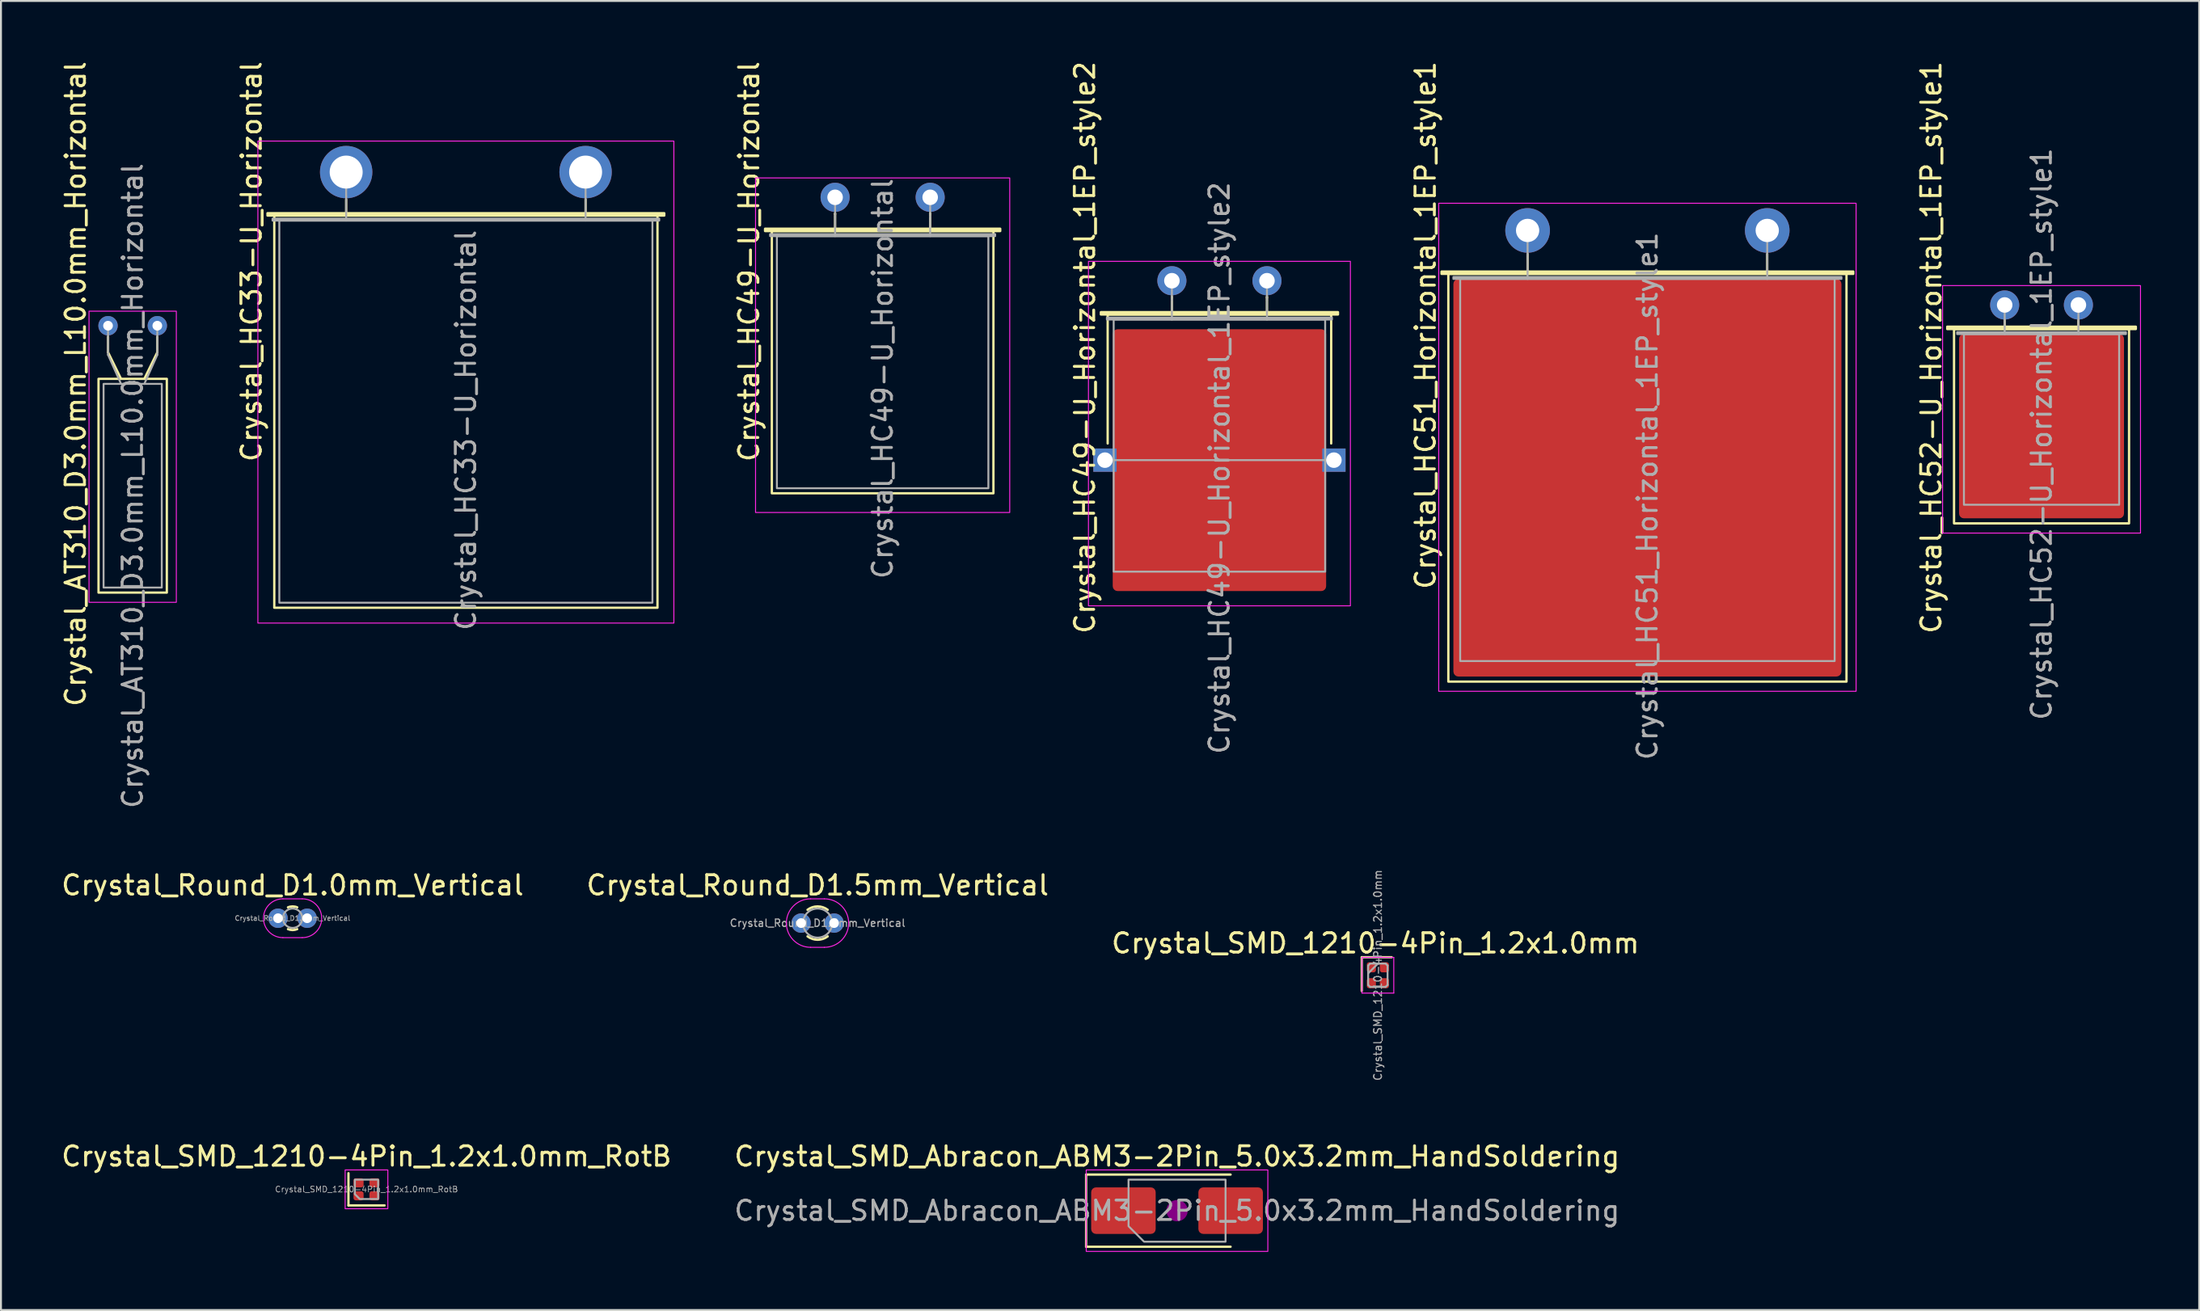
<source format=kicad_pcb>
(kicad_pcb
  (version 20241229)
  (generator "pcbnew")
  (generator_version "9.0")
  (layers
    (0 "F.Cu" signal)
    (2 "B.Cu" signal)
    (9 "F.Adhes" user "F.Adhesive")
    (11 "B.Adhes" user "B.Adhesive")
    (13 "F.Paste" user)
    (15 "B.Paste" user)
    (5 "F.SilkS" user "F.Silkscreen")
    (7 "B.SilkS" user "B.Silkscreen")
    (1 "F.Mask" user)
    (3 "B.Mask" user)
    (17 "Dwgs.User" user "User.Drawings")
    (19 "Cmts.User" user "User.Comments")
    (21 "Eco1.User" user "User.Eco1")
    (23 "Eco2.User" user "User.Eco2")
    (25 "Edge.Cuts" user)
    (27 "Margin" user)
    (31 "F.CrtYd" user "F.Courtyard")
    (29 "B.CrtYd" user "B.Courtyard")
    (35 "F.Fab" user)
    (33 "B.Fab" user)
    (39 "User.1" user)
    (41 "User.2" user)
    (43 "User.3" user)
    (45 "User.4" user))
  (footprint "Crystal_HC49-U_Horizontal"
    (layer "F.Cu")
    (at 39.99 7.122)
    (property "Reference" "Crystal_HC49-U_Horizontal" (at -4.435 3.312 90) (layer "F.SilkS") (effects (font (size 1 1) (thickness 0.15))))
    (attr through_hole)
    (fp_line (start 0 0.87) (end 0 0.81) (stroke (width 0.12) (type solid)) (layer "F.SilkS"))
    (fp_line (start 0 1.74) (end 0 0.87) (stroke (width 0.12) (type solid)) (layer "F.SilkS"))
    (fp_line (start 4.9 0.87) (end 4.9 0.81) (stroke (width 0.12) (type solid)) (layer "F.SilkS"))
    (fp_line (start 4.9 1.74) (end 4.9 0.87) (stroke (width 0.12) (type solid)) (layer "F.SilkS"))
    (fp_rect (start -3.61 1.62) (end 8.51 1.74) (stroke (width 0.12) (type solid)) (fill no) (layer "F.SilkS"))
    (fp_rect (start -3.26 1.74) (end 8.16 15.26) (stroke (width 0.12) (type solid)) (fill no) (layer "F.SilkS"))
    (fp_rect (start -4.1 -1) (end 9 16.25) (stroke (width 0.05) (type solid)) (fill no) (layer "F.CrtYd"))
    (fp_line (start 0 1) (end 0 0) (stroke (width 0.1) (type solid)) (layer "F.Fab"))
    (fp_line (start 0 2) (end 0 1) (stroke (width 0.1) (type solid)) (layer "F.Fab"))
    (fp_line (start 4.9 1) (end 4.9 0) (stroke (width 0.1) (type solid)) (layer "F.Fab"))
    (fp_line (start 4.9 2) (end 4.9 1) (stroke (width 0.1) (type solid)) (layer "F.Fab"))
    (fp_rect (start -3.35 1.9) (end 8.25 2) (stroke (width 0.1) (type solid)) (fill no) (layer "F.Fab"))
    (fp_rect (start -3 2) (end 7.9 15) (stroke (width 0.1) (type solid)) (fill no) (layer "F.Fab"))
    (fp_text user "${REFERENCE}" (at 2.45 9.35 90) (layer "F.Fab") (effects (font (size 1 1) (thickness 0.15))))
    (pad "1" thru_hole circle (at 0 0) (size 1.5 1.5) (drill 0.8) (layers "*.Cu" "*.Mask"))
    (pad "2" thru_hole circle (at 4.9 0) (size 1.5 1.5) (drill 0.8) (layers "*.Cu" "*.Mask")))
  (footprint "Crystal_HC51_Horizontal_1EP_style1"
    (layer "F.Cu")
    (at 75.681 8.83)
    (property "Reference" "Crystal_HC51_Horizontal_1EP_style1" (at -5.26 4.89 90) (layer "F.SilkS") (effects (font (size 1 1) (thickness 0.15))))
    (attr through_hole)
    (fp_line (start 0 2.24) (end 0 1.21) (stroke (width 0.12) (type solid)) (layer "F.SilkS"))
    (fp_line (start 12.35 2.24) (end 12.35 1.21) (stroke (width 0.12) (type solid)) (layer "F.SilkS"))
    (fp_rect (start -4.435 2.12) (end 16.785 2.24) (stroke (width 0.12) (type solid)) (fill no) (layer "F.SilkS"))
    (fp_rect (start -4.085 2.24) (end 16.435 23.26) (stroke (width 0.12) (type solid)) (fill no) (layer "F.SilkS"))
    (fp_rect (start -4.58 -1.4) (end 16.93 23.76) (stroke (width 0.05) (type solid)) (fill no) (layer "F.CrtYd"))
    (fp_line (start 0 1.25) (end 0 0) (stroke (width 0.1) (type solid)) (layer "F.Fab"))
    (fp_line (start 0 2.5) (end 0 1.25) (stroke (width 0.1) (type solid)) (layer "F.Fab"))
    (fp_line (start 12.35 1.25) (end 12.35 0) (stroke (width 0.1) (type solid)) (layer "F.Fab"))
    (fp_line (start 12.35 2.5) (end 12.35 1.25) (stroke (width 0.1) (type solid)) (layer "F.Fab"))
    (fp_rect (start -3.825 2.4) (end 16.175 2.5) (stroke (width 0.1) (type solid)) (fill no) (layer "F.Fab"))
    (fp_rect (start -3.475 2.5) (end 15.825 22.2) (stroke (width 0.1) (type solid)) (fill no) (layer "F.Fab"))
    (fp_text user "${REFERENCE}" (at 6.175 13.696 90) (layer "F.Fab") (effects (font (size 1 1) (thickness 0.15))))
    (pad "1" thru_hole circle (at 0 0) (size 2.3 2.3) (drill 1.2) (layers "*.Cu" "*.Mask"))
    (pad "2" thru_hole circle (at 12.35 0) (size 2.3 2.3) (drill 1.2) (layers "*.Cu" "*.Mask"))
    (pad "3" smd roundrect (at 6.175 12.75) (size 20 20.5) (layers "F.Cu" "F.Mask" "F.Paste") (roundrect_rratio 0.013)))
  (footprint "Crystal_SMD_1210-4Pin_1.2x1.0mm"
    (layer "F.Cu")
    (at 67.964 47.23)
    (property "Reference" "Crystal_SMD_1210-4Pin_1.2x1.0mm" (at -0.125 -1.65 0) (layer "F.SilkS") (effects (font (size 1 1) (thickness 0.15))))
    (attr smd)
    (fp_line (start -0.83 -0.93) (end -0.83 0.81) (stroke (width 0.12) (type solid)) (layer "F.SilkS"))
    (fp_line (start 0.71 -0.93) (end -0.83 -0.93) (stroke (width 0.12) (type solid)) (layer "F.SilkS"))
    (fp_line (start -0.82 -0.92) (end -0.82 0.92) (stroke (width 0.05) (type solid)) (layer "F.CrtYd"))
    (fp_line (start -0.82 0.92) (end 0.82 0.92) (stroke (width 0.05) (type solid)) (layer "F.CrtYd"))
    (fp_line (start 0.82 -0.92) (end -0.82 -0.92) (stroke (width 0.05) (type solid)) (layer "F.CrtYd"))
    (fp_line (start 0.82 0.92) (end 0.82 -0.92) (stroke (width 0.05) (type solid)) (layer "F.CrtYd"))
    (fp_line (start -0.5 -0.5) (end -0.4 -0.6) (stroke (width 0.1) (type solid)) (layer "F.Fab"))
    (fp_line (start -0.5 0.5) (end -0.5 -0.5) (stroke (width 0.1) (type solid)) (layer "F.Fab"))
    (fp_line (start -0.4 -0.6) (end 0.4 -0.6) (stroke (width 0.1) (type solid)) (layer "F.Fab"))
    (fp_line (start -0.4 0.6) (end -0.5 0.5) (stroke (width 0.1) (type solid)) (layer "F.Fab"))
    (fp_line (start 0 -0.6) (end -0.5 -0.1) (stroke (width 0.1) (type solid)) (layer "F.Fab"))
    (fp_line (start 0.4 -0.6) (end 0.5 -0.5) (stroke (width 0.1) (type solid)) (layer "F.Fab"))
    (fp_line (start 0.4 0.6) (end -0.4 0.6) (stroke (width 0.1) (type solid)) (layer "F.Fab"))
    (fp_line (start 0.5 -0.5) (end 0.5 0.5) (stroke (width 0.1) (type solid)) (layer "F.Fab"))
    (fp_line (start 0.5 0.5) (end 0.4 0.6) (stroke (width 0.1) (type solid)) (layer "F.Fab"))
    (fp_text user "${REFERENCE}" (at 0 0 90) (layer "F.Fab") (effects (font (size 0.4 0.4) (thickness 0.06))))
    (pad "1" smd roundrect (at -0.335 -0.41 270) (size 0.52 0.47) (layers "F.Cu" "F.Mask" "F.Paste") (roundrect_rratio 0.25))
    (pad "2" smd roundrect (at -0.335 0.41 270) (size 0.52 0.47) (layers "F.Cu" "F.Mask" "F.Paste") (roundrect_rratio 0.25))
    (pad "3" smd roundrect (at 0.335 0.41 270) (size 0.52 0.47) (layers "F.Cu" "F.Mask" "F.Paste") (roundrect_rratio 0.25))
    (pad "4" smd roundrect (at 0.335 -0.41 270) (size 0.52 0.47) (layers "F.Cu" "F.Mask" "F.Paste") (roundrect_rratio 0.25)))
  (footprint "Crystal_SMD_1210-4Pin_1.2x1.0mm_RotB"
    (layer "F.Cu")
    (at 15.839 58.266)
    (property "Reference" "Crystal_SMD_1210-4Pin_1.2x1.0mm_RotB" (at 0 -1.7 0) (layer "F.SilkS") (effects (font (size 1 1) (thickness 0.15))))
    (attr smd)
    (fp_line (start -0.93 -0.83) (end -0.93 0.83) (stroke (width 0.12) (type solid)) (layer "F.SilkS"))
    (fp_line (start -0.93 0.83) (end 0.93 0.83) (stroke (width 0.12) (type solid)) (layer "F.SilkS"))
    (fp_rect (start -1.1 -1) (end 1.1 1) (stroke (width 0.05) (type solid)) (fill no) (layer "F.CrtYd"))
    (fp_poly (pts (xy -0.6 -0.5) (xy -0.6 0.25) (xy -0.35 0.5) (xy 0.6 0.5) (xy 0.6 -0.5)) (stroke (width 0.1) (type solid)) (fill no) (layer "F.Fab"))
    (fp_text user "${REFERENCE}" (at 0 0 0) (layer "F.Fab") (effects (font (size 0.3 0.3) (thickness 0.04))))
    (pad "1" smd roundrect (at -0.41 0.335) (size 0.52 0.47) (layers "F.Cu" "F.Mask" "F.Paste") (roundrect_rratio 0.25))
    (pad "2" smd roundrect (at 0.41 0.335) (size 0.52 0.47) (layers "F.Cu" "F.Mask" "F.Paste") (roundrect_rratio 0.25))
    (pad "3" smd roundrect (at 0.41 -0.335) (size 0.52 0.47) (layers "F.Cu" "F.Mask" "F.Paste") (roundrect_rratio 0.25))
    (pad "4" smd roundrect (at -0.41 -0.335) (size 0.52 0.47) (layers "F.Cu" "F.Mask" "F.Paste") (roundrect_rratio 0.25)))
  (footprint "Crystal_AT310_D3.0mm_L10.0mm_Horizontal"
    (layer "F.Cu")
    (at 2.518 13.742)
    (property "Reference" "Crystal_AT310_D3.0mm_L10.0mm_Horizontal" (at -1.67 3.002 90) (layer "F.SilkS") (effects (font (size 1 1) (thickness 0.15))))
    (attr through_hole)
    (fp_line (start 0 1.37) (end 0 0.56) (stroke (width 0.12) (type solid)) (layer "F.SilkS"))
    (fp_line (start 0.67 2.74) (end 0 1.37) (stroke (width 0.12) (type solid)) (layer "F.SilkS"))
    (fp_line (start 1.87 2.74) (end 2.54 1.37) (stroke (width 0.12) (type solid)) (layer "F.SilkS"))
    (fp_line (start 2.54 1.37) (end 2.54 0.56) (stroke (width 0.12) (type solid)) (layer "F.SilkS"))
    (fp_rect (start -0.49 2.74) (end 3.03 13.76) (stroke (width 0.12) (type solid)) (fill no) (layer "F.SilkS"))
    (fp_rect (start -0.98 -0.75) (end 3.52 14.26) (stroke (width 0.05) (type solid)) (fill no) (layer "F.CrtYd"))
    (fp_line (start 0 1.5) (end 0 0) (stroke (width 0.1) (type solid)) (layer "F.Fab"))
    (fp_line (start 0.67 3) (end 0 1.5) (stroke (width 0.1) (type solid)) (layer "F.Fab"))
    (fp_line (start 1.87 3) (end 2.54 1.5) (stroke (width 0.1) (type solid)) (layer "F.Fab"))
    (fp_line (start 2.54 1.5) (end 2.54 0) (stroke (width 0.1) (type solid)) (layer "F.Fab"))
    (fp_rect (start -0.23 3) (end 2.77 13.5) (stroke (width 0.1) (type solid)) (fill no) (layer "F.Fab"))
    (fp_text user "${REFERENCE}" (at 1.27 8.256 90) (layer "F.Fab") (effects (font (size 1 1) (thickness 0.15))))
    (pad "1" thru_hole circle (at 0 0) (size 1 1) (drill 0.5) (layers "*.Cu" "*.Mask"))
    (pad "2" thru_hole circle (at 2.54 0) (size 1 1) (drill 0.5) (layers "*.Cu" "*.Mask")))
  (footprint "Crystal_HC49-U_Horizontal_1EP_style2"
    (layer "F.Cu")
    (at 57.348 11.423)
    (property "Reference" "Crystal_HC49-U_Horizontal_1EP_style2" (at -4.485 3.44 90) (layer "F.SilkS") (effects (font (size 1 1) (thickness 0.15))))
    (attr through_hole)
    (fp_line (start -3.31 1.74) (end 8.21 1.74) (stroke (width 0.12) (type solid)) (layer "F.SilkS"))
    (fp_line (start -3.31 8.39) (end -3.31 1.74) (stroke (width 0.12) (type solid)) (layer "F.SilkS"))
    (fp_line (start 0 0.87) (end 0 0.81) (stroke (width 0.12) (type solid)) (layer "F.SilkS"))
    (fp_line (start 0 1.74) (end 0 0.87) (stroke (width 0.12) (type solid)) (layer "F.SilkS"))
    (fp_line (start 4.9 0.87) (end 4.9 0.81) (stroke (width 0.12) (type solid)) (layer "F.SilkS"))
    (fp_line (start 4.9 1.74) (end 4.9 0.87) (stroke (width 0.12) (type solid)) (layer "F.SilkS"))
    (fp_line (start 8.21 1.74) (end 8.21 8.39) (stroke (width 0.12) (type solid)) (layer "F.SilkS"))
    (fp_rect (start -3.66 1.62) (end 8.56 1.74) (stroke (width 0.12) (type solid)) (fill no) (layer "F.SilkS"))
    (fp_rect (start -4.3 -1) (end 9.2 16.76) (stroke (width 0.05) (type solid)) (fill no) (layer "F.CrtYd"))
    (fp_line (start -3.45 9.25) (end 8.35 9.25) (stroke (width 0.1) (type solid)) (layer "F.Fab"))
    (fp_line (start 0 1) (end 0 0) (stroke (width 0.1) (type solid)) (layer "F.Fab"))
    (fp_line (start 0 2) (end 0 1) (stroke (width 0.1) (type solid)) (layer "F.Fab"))
    (fp_line (start 4.9 1) (end 4.9 0) (stroke (width 0.1) (type solid)) (layer "F.Fab"))
    (fp_line (start 4.9 2) (end 4.9 1) (stroke (width 0.1) (type solid)) (layer "F.Fab"))
    (fp_rect (start -3.35 1.9) (end 8.25 2) (stroke (width 0.1) (type solid)) (fill no) (layer "F.Fab"))
    (fp_rect (start -3 2) (end 7.9 15) (stroke (width 0.1) (type solid)) (fill no) (layer "F.Fab"))
    (fp_text user "${REFERENCE}" (at 2.45 9.656 90) (layer "F.Fab") (effects (font (size 1 1) (thickness 0.15))))
    (pad "1" thru_hole circle (at 0 0) (size 1.5 1.5) (drill 0.8) (layers "*.Cu" "*.Mask"))
    (pad "2" thru_hole circle (at 4.9 0) (size 1.5 1.5) (drill 0.8) (layers "*.Cu" "*.Mask"))
    (pad "3" thru_hole rect (at -3.45 9.25) (size 1.2 1.2) (drill 0.8) (layers "*.Cu" "*.Mask"))
    (pad "3" smd roundrect (at 2.45 9.25) (size 11 13.5) (layers "F.Cu" "F.Mask" "F.Paste") (roundrect_rratio 0.023))
    (pad "3" thru_hole rect (at 8.35 9.25) (size 1.2 1.2) (drill 0.8) (layers "*.Cu" "*.Mask")))
  (footprint "Crystal_Round_D1.0mm_Vertical"
    (layer "F.Cu")
    (at 11.28 44.29)
    (property "Reference" "Crystal_Round_D1.0mm_Vertical" (at 0.75 -1.7 0) (layer "F.SilkS") (effects (font (size 1 1) (thickness 0.15))))
    (attr through_hole)
    (fp_arc (start 0.512 -0.562) (mid 0.75 -0.61) (end 0.988 -0.562) (stroke (width 0.12) (type solid)) (layer "F.SilkS"))
    (fp_arc (start 0.988 0.562) (mid 0.75 0.61) (end 0.512 0.562) (stroke (width 0.12) (type solid)) (layer "F.SilkS"))
    (fp_line (start 0.25 -1) (end 1.25 -1) (stroke (width 0.05) (type solid)) (layer "F.CrtYd"))
    (fp_line (start 1.25 1) (end 0.25 1) (stroke (width 0.05) (type solid)) (layer "F.CrtYd"))
    (fp_arc (start 0.25 1) (mid -0.75 0) (end 0.25 -1) (stroke (width 0.05) (type solid)) (layer "F.CrtYd"))
    (fp_arc (start 1.25 -1) (mid 2.25 0) (end 1.25 1) (stroke (width 0.05) (type solid)) (layer "F.CrtYd"))
    (fp_circle (center 0.75 0) (end 1.25 0) (stroke (width 0.1) (type solid)) (fill no) (layer "F.Fab"))
    (fp_text user "${REFERENCE}" (at 0.75 0 0) (layer "F.Fab") (effects (font (size 0.25 0.25) (thickness 0.04))))
    (pad "1" thru_hole circle (at 0 0) (size 1 1) (drill 0.5) (layers "*.Cu" "*.Mask"))
    (pad "2" thru_hole circle (at 1.5 0) (size 1 1) (drill 0.5) (layers "*.Cu" "*.Mask")))
  (footprint "Crystal_Round_D1.5mm_Vertical"
    (layer "F.Cu")
    (at 38.239 44.54)
    (property "Reference" "Crystal_Round_D1.5mm_Vertical" (at 0.85 -1.95 0) (layer "F.SilkS") (effects (font (size 1 1) (thickness 0.15))))
    (attr through_hole)
    (fp_arc (start 0.33 -0.685) (mid 0.85 -0.86) (end 1.37 -0.685) (stroke (width 0.12) (type solid)) (layer "F.SilkS"))
    (fp_arc (start 1.37 0.685) (mid 0.85 0.86) (end 0.33 0.685) (stroke (width 0.12) (type solid)) (layer "F.SilkS"))
    (fp_line (start 0.49 -1.25) (end 1.2 -1.25) (stroke (width 0.05) (type solid)) (layer "F.CrtYd"))
    (fp_line (start 1.2 1.25) (end 0.49 1.25) (stroke (width 0.05) (type solid)) (layer "F.CrtYd"))
    (fp_arc (start 0.49 1.25) (mid -0.76 0) (end 0.49 -1.25) (stroke (width 0.05) (type solid)) (layer "F.CrtYd"))
    (fp_arc (start 1.2 -1.25) (mid 2.45 0) (end 1.2 1.25) (stroke (width 0.05) (type solid)) (layer "F.CrtYd"))
    (fp_circle (center 0.85 0) (end 1.6 0) (stroke (width 0.1) (type solid)) (fill no) (layer "F.Fab"))
    (fp_text user "${REFERENCE}" (at 0.85 0 0) (layer "F.Fab") (effects (font (size 0.38 0.38) (thickness 0.06))))
    (pad "1" thru_hole circle (at 0 0) (size 1 1) (drill 0.5) (layers "*.Cu" "*.Mask"))
    (pad "2" thru_hole circle (at 1.7 0) (size 1 1) (drill 0.5) (layers "*.Cu" "*.Mask")))
  (footprint "Crystal_HC52-U_Horizontal_1EP_style1"
    (layer "F.Cu")
    (at 100.269 12.673)
    (property "Reference" "Crystal_HC52-U_Horizontal_1EP_style1" (at -3.785 2.19 90) (layer "F.SilkS") (effects (font (size 1 1) (thickness 0.15))))
    (attr through_hole)
    (fp_line (start 0 1.24) (end 0 0.81) (stroke (width 0.12) (type solid)) (layer "F.SilkS"))
    (fp_line (start 3.8 1.24) (end 3.8 0.81) (stroke (width 0.12) (type solid)) (layer "F.SilkS"))
    (fp_rect (start -2.96 1.12) (end 6.76 1.24) (stroke (width 0.12) (type solid)) (fill no) (layer "F.SilkS"))
    (fp_rect (start -2.61 1.24) (end 6.41 11.26) (stroke (width 0.12) (type solid)) (fill no) (layer "F.SilkS"))
    (fp_rect (start -3.2 -1) (end 7 11.76) (stroke (width 0.05) (type solid)) (fill no) (layer "F.CrtYd"))
    (fp_line (start 0 0.75) (end 0 0) (stroke (width 0.1) (type solid)) (layer "F.Fab"))
    (fp_line (start 0 1.5) (end 0 0.75) (stroke (width 0.1) (type solid)) (layer "F.Fab"))
    (fp_line (start 3.8 0.75) (end 3.8 0) (stroke (width 0.1) (type solid)) (layer "F.Fab"))
    (fp_line (start 3.8 1.5) (end 3.8 0.75) (stroke (width 0.1) (type solid)) (layer "F.Fab"))
    (fp_rect (start -2.45 1.4) (end 6.25 1.5) (stroke (width 0.1) (type solid)) (fill no) (layer "F.Fab"))
    (fp_rect (start -2.1 1.5) (end 5.9 10.3) (stroke (width 0.1) (type solid)) (fill no) (layer "F.Fab"))
    (fp_text user "${REFERENCE}" (at 1.9 6.656 90) (layer "F.Fab") (effects (font (size 1 1) (thickness 0.15))))
    (pad "1" thru_hole circle (at 0 0) (size 1.5 1.5) (drill 0.8) (layers "*.Cu" "*.Mask"))
    (pad "2" thru_hole circle (at 3.8 0) (size 1.5 1.5) (drill 0.8) (layers "*.Cu" "*.Mask"))
    (pad "3" smd roundrect (at 1.9 6.25) (size 8.5 9.5) (layers "F.Cu" "F.Mask" "F.Paste") (roundrect_rratio 0.029)))
  (footprint "Crystal_HC33-U_Horizontal"
    (layer "F.Cu")
    (at 14.791 5.822)
    (property "Reference" "Crystal_HC33-U_Horizontal" (at -4.88 4.612 90) (layer "F.SilkS") (effects (font (size 1 1) (thickness 0.15))))
    (attr through_hole)
    (fp_line (start 0 2.24) (end 0 1.41) (stroke (width 0.12) (type solid)) (layer "F.SilkS"))
    (fp_line (start 12.34 2.24) (end 12.34 1.41) (stroke (width 0.12) (type solid)) (layer "F.SilkS"))
    (fp_rect (start -4.055 2.12) (end 16.395 2.24) (stroke (width 0.12) (type solid)) (fill no) (layer "F.SilkS"))
    (fp_rect (start -3.705 2.24) (end 16.045 22.46) (stroke (width 0.12) (type solid)) (fill no) (layer "F.SilkS"))
    (fp_rect (start -4.55 -1.6) (end 16.89 23.25) (stroke (width 0.05) (type solid)) (fill no) (layer "F.CrtYd"))
    (fp_line (start 0 1.25) (end 0 0) (stroke (width 0.1) (type solid)) (layer "F.Fab"))
    (fp_line (start 0 2.5) (end 0 1.25) (stroke (width 0.1) (type solid)) (layer "F.Fab"))
    (fp_line (start 12.34 1.25) (end 12.34 0) (stroke (width 0.1) (type solid)) (layer "F.Fab"))
    (fp_line (start 12.34 2.5) (end 12.34 1.25) (stroke (width 0.1) (type solid)) (layer "F.Fab"))
    (fp_rect (start -3.795 2.4) (end 16.135 2.5) (stroke (width 0.1) (type solid)) (fill no) (layer "F.Fab"))
    (fp_rect (start -3.445 2.5) (end 15.785 22.2) (stroke (width 0.1) (type solid)) (fill no) (layer "F.Fab"))
    (fp_text user "${REFERENCE}" (at 6.17 13.31 90) (layer "F.Fab") (effects (font (size 1 1) (thickness 0.15))))
    (pad "1" thru_hole circle (at 0 0) (size 2.7 2.7) (drill 1.7) (layers "*.Cu" "*.Mask"))
    (pad "2" thru_hole circle (at 12.34 0) (size 2.7 2.7) (drill 1.7) (layers "*.Cu" "*.Mask")))
  (footprint "Crystal_SMD_Abracon_ABM3-2Pin_5.0x3.2mm_HandSoldering"
    (layer "F.Cu")
    (at 57.613 59.366)
    (property "Reference" "Crystal_SMD_Abracon_ABM3-2Pin_5.0x3.2mm_HandSoldering" (at 0 -2.8 0) (layer "F.SilkS") (effects (font (size 1 1) (thickness 0.15))))
    (attr smd)
    (fp_line (start -4.685 -1.86) (end -4.685 1.86) (stroke (width 0.12) (type solid)) (layer "F.SilkS"))
    (fp_line (start -4.685 1.86) (end 2.76 1.86) (stroke (width 0.12) (type solid)) (layer "F.SilkS"))
    (fp_line (start 2.76 -1.86) (end -4.685 -1.86) (stroke (width 0.12) (type solid)) (layer "F.SilkS"))
    (fp_circle (center 0 0) (end 0.5 0) (stroke (width 0.1) (type solid)) (fill yes) (layer "F.Adhes"))
    (fp_rect (start -4.68 -2.1) (end 4.68 2.1) (stroke (width 0.05) (type solid)) (fill no) (layer "F.CrtYd"))
    (fp_poly (pts (xy -2.5 -1.6) (xy -2.5 0.8) (xy -1.7 1.6) (xy 2.5 1.6) (xy 2.5 -1.6)) (stroke (width 0.1) (type solid)) (fill no) (layer "F.Fab"))
    (fp_text user "${REFERENCE}" (at 0 0 0) (layer "F.Fab") (effects (font (size 1 1) (thickness 0.15))))
    (pad "1" smd roundrect (at -2.763 0) (size 3.325 2.4) (layers "F.Cu" "F.Mask" "F.Paste") (roundrect_rratio 0.104))
    (pad "2" smd roundrect (at 2.763 0) (size 3.325 2.4) (layers "F.Cu" "F.Mask" "F.Paste") (roundrect_rratio 0.104)))
  (gr_rect
    (start -3 -3)
    (end 110.294 64.491)
    (stroke (width 0.1) (type default))
    (fill no)
    (layer "Edge.Cuts")))
</source>
